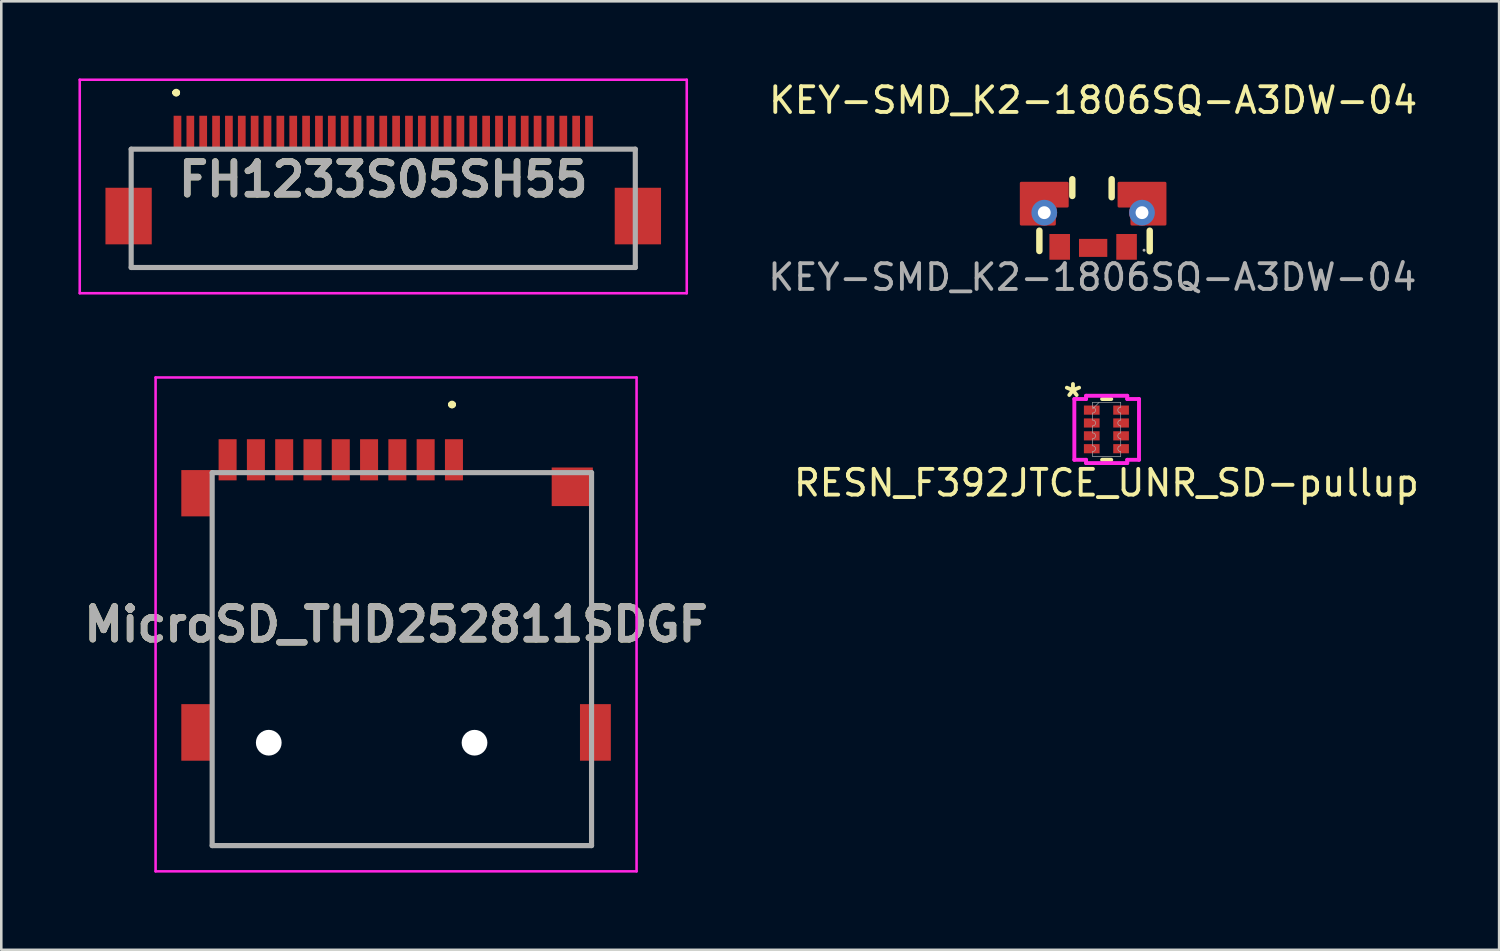
<source format=kicad_pcb>
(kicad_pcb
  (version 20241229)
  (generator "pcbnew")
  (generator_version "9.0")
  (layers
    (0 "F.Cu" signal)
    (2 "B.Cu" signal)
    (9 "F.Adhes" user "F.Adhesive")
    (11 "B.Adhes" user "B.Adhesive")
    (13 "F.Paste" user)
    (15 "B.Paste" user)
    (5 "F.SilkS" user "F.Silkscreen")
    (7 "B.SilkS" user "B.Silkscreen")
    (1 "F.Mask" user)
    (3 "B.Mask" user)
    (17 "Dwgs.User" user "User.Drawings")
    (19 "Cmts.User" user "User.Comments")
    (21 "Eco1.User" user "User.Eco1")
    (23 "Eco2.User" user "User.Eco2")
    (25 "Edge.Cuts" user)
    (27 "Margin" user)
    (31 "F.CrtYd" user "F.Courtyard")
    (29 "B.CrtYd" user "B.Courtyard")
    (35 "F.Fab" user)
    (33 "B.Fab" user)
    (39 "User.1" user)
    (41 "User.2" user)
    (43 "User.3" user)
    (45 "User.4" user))
  (footprint "KEY-SMD_K2-1806SQ-A3DW-04"
    (layer "F.Cu")
    (at 39.45 5.718)
    (property "Reference" "KEY-SMD_K2-1806SQ-A3DW-04" (at 0 -4.87 0) (layer "F.SilkS") (effects (font (size 1 1) (thickness 0.15))))
    (attr smd)
    (fp_line (start -2.09 0.99) (end -2.09 0.2) (stroke (width 0.25) (type solid)) (layer "F.SilkS"))
    (fp_line (start -0.81 -1.15) (end -0.81 -1.8) (stroke (width 0.25) (type solid)) (layer "F.SilkS"))
    (fp_line (start 0.72 -1.8) (end 0.72 -1.1) (stroke (width 0.25) (type solid)) (layer "F.SilkS"))
    (fp_line (start 2.2 1) (end 2.2 0.2) (stroke (width 0.25) (type solid)) (layer "F.SilkS"))
    (fp_circle (center -1.9 -0.5) (end -1.8 -0.5) (stroke (width 0.2) (type solid)) (fill no) (layer "F.Fab"))
    (fp_circle (center 1.9 -0.5) (end 2 -0.5) (stroke (width 0.2) (type solid)) (fill no) (layer "F.Fab"))
    (fp_circle (center 1.98 0.96) (end 2.01 0.96) (stroke (width 0.06) (type solid)) (fill no) (layer "F.Fab"))
    (fp_text user "${REFERENCE}" (at -0.03 2.01 0) (layer "F.Fab") (effects (font (size 1 1) (thickness 0.15))))
    (pad "1" smd rect (at 1.3 0.83 180) (size 0.8 1) (layers "F.Cu" "F.Mask" "F.Paste"))
    (pad "2" smd rect (at -1.3 0.83 180) (size 0.8 1) (layers "F.Cu" "F.Mask" "F.Paste"))
    (pad "3" smd rect (at 0 0.87 270) (size 0.7 1.1) (layers "F.Cu" "F.Mask" "F.Paste"))
    (pad "4" thru_hole circle (at -1.9 -0.5) (size 1 1) (drill 0.5) (layers "*.Cu" "*.Mask"))
    (pad "4" smd custom (at -1.9 -0.5) (size 1 1) (layers "F.Cu" "F.Mask" "F.Paste") (options (anchor circle)) (primitives (gr_poly (pts (xy -0.9 0.45) (xy -0.9 -1.15) (xy 0.9 -1.15) (xy 0.9 -0.25) (xy 0.4 -0.25) (xy 0.4 0.45)) (width 0.1) (fill yes))))
    (pad "5" thru_hole circle (at 1.9 -0.5) (size 1 1) (drill 0.5) (layers "*.Cu" "*.Mask"))
    (pad "5" smd custom (at 1.9 -0.5) (size 1 1) (layers "F.Cu" "F.Mask" "F.Paste") (options (anchor circle)) (primitives (gr_poly (pts (xy 0.9 0.45) (xy 0.9 -1.15) (xy -0.9 -1.15) (xy -0.9 -0.25) (xy -0.4 -0.25) (xy -0.4 0.45)) (width 0.1) (fill yes)))))
  (footprint "RESN_F392JTCE_UNR_SD-pullup"
    (layer "F.Cu")
    (at 39.976 13.645)
    (property "Reference" "RESN_F392JTCE_UNR_SD-pullup" (at -0.01 2.08 0) (unlocked yes) (layer "F.SilkS") (effects (font (size 1 1) (thickness 0.15))))
    (attr smd)
    (fp_line (start -0.178 -1.181) (end 0.178 -1.181) (stroke (width 0.152) (type solid)) (layer "F.SilkS"))
    (fp_line (start -0.178 1.181) (end 0.178 1.181) (stroke (width 0.152) (type solid)) (layer "F.SilkS"))
    (fp_line (start -1.257 -1.182) (end -0.8 -1.182) (stroke (width 0.152) (type solid)) (layer "F.CrtYd"))
    (fp_line (start -1.257 1.182) (end -1.257 -1.182) (stroke (width 0.152) (type solid)) (layer "F.CrtYd"))
    (fp_line (start -1.257 1.182) (end -0.8 1.182) (stroke (width 0.152) (type solid)) (layer "F.CrtYd"))
    (fp_line (start -0.8 -1.308) (end 0.8 -1.308) (stroke (width 0.152) (type solid)) (layer "F.CrtYd"))
    (fp_line (start -0.8 -1.182) (end -0.8 -1.308) (stroke (width 0.152) (type solid)) (layer "F.CrtYd"))
    (fp_line (start -0.8 1.308) (end -0.8 1.182) (stroke (width 0.152) (type solid)) (layer "F.CrtYd"))
    (fp_line (start 0.8 -1.308) (end 0.8 -1.182) (stroke (width 0.152) (type solid)) (layer "F.CrtYd"))
    (fp_line (start 0.8 1.182) (end 0.8 1.308) (stroke (width 0.152) (type solid)) (layer "F.CrtYd"))
    (fp_line (start 0.8 1.308) (end -0.8 1.308) (stroke (width 0.152) (type solid)) (layer "F.CrtYd"))
    (fp_line (start 1.257 -1.182) (end 0.8 -1.182) (stroke (width 0.152) (type solid)) (layer "F.CrtYd"))
    (fp_line (start 1.257 -1.182) (end 1.257 1.182) (stroke (width 0.152) (type solid)) (layer "F.CrtYd"))
    (fp_line (start 1.257 1.182) (end 0.8 1.182) (stroke (width 0.152) (type solid)) (layer "F.CrtYd"))
    (fp_line (start -0.546 -1.054) (end 0.546 -1.054) (stroke (width 0.025) (type solid)) (layer "F.Fab"))
    (fp_line (start -0.546 -0.864) (end -0.546 -1.054) (stroke (width 0.025) (type solid)) (layer "F.Fab"))
    (fp_line (start -0.546 -0.636) (end -0.546 -0.364) (stroke (width 0.025) (type solid)) (layer "F.Fab"))
    (fp_line (start -0.546 -0.136) (end -0.546 0.136) (stroke (width 0.025) (type solid)) (layer "F.Fab"))
    (fp_line (start -0.546 0.364) (end -0.546 0.636) (stroke (width 0.025) (type solid)) (layer "F.Fab"))
    (fp_line (start -0.546 0.864) (end -0.546 1.054) (stroke (width 0.025) (type solid)) (layer "F.Fab"))
    (fp_line (start -0.546 1.054) (end 0.546 1.054) (stroke (width 0.025) (type solid)) (layer "F.Fab"))
    (fp_line (start -0.292 -1.054) (end -0.546 -0.8) (stroke (width 0.025) (type solid)) (layer "F.Fab"))
    (fp_line (start 0.546 -0.864) (end 0.546 -1.054) (stroke (width 0.025) (type solid)) (layer "F.Fab"))
    (fp_line (start 0.546 -0.636) (end 0.546 -0.364) (stroke (width 0.025) (type solid)) (layer "F.Fab"))
    (fp_line (start 0.546 -0.136) (end 0.546 0.136) (stroke (width 0.025) (type solid)) (layer "F.Fab"))
    (fp_line (start 0.546 0.364) (end 0.546 0.636) (stroke (width 0.025) (type solid)) (layer "F.Fab"))
    (fp_line (start 0.546 0.864) (end 0.546 1.054) (stroke (width 0.025) (type solid)) (layer "F.Fab"))
    (fp_arc (start -0.5461 -0.864489) (mid -0.4318 -0.750189) (end -0.5461 -0.635889) (stroke (width 0.0254) (type solid)) (layer "F.Fab"))
    (fp_arc (start -0.5461 -0.364363) (mid -0.4318 -0.250063) (end -0.5461 -0.135763) (stroke (width 0.0254) (type solid)) (layer "F.Fab"))
    (fp_arc (start -0.5461 0.135763) (mid -0.4318 0.250063) (end -0.5461 0.364363) (stroke (width 0.0254) (type solid)) (layer "F.Fab"))
    (fp_arc (start -0.5461 0.635889) (mid -0.4318 0.750189) (end -0.5461 0.864489) (stroke (width 0.0254) (type solid)) (layer "F.Fab"))
    (fp_arc (start 0.5461 -0.635889) (mid 0.4318 -0.750189) (end 0.5461 -0.864489) (stroke (width 0.0254) (type solid)) (layer "F.Fab"))
    (fp_arc (start 0.5461 -0.135763) (mid 0.4318 -0.250063) (end 0.5461 -0.364363) (stroke (width 0.0254) (type solid)) (layer "F.Fab"))
    (fp_arc (start 0.5461 0.364363) (mid 0.4318 0.250063) (end 0.5461 0.135763) (stroke (width 0.0254) (type solid)) (layer "F.Fab"))
    (fp_arc (start 0.5461 0.864489) (mid 0.4318 0.750189) (end 0.5461 0.635889) (stroke (width 0.0254) (type solid)) (layer "F.Fab"))
    (fp_text user "*" (at -1.31 -1.22 0) (unlocked yes) (layer "F.SilkS") (effects (font (size 1 1) (thickness 0.15))))
    (pad "1" smd rect (at -0.58 -0.75) (size 0.61 0.356) (layers "F.Cu" "F.Mask" "F.Paste"))
    (pad "2" smd rect (at -0.58 -0.25) (size 0.61 0.356) (layers "F.Cu" "F.Mask" "F.Paste"))
    (pad "3" smd rect (at -0.58 0.25) (size 0.61 0.356) (layers "F.Cu" "F.Mask" "F.Paste"))
    (pad "4" smd rect (at -0.58 0.75) (size 0.61 0.356) (layers "F.Cu" "F.Mask" "F.Paste"))
    (pad "5" smd rect (at 0.56 0.75) (size 0.61 0.356) (layers "F.Cu" "F.Mask" "F.Paste"))
    (pad "6" smd rect (at 0.56 0.25) (size 0.61 0.356) (layers "F.Cu" "F.Mask" "F.Paste"))
    (pad "7" smd rect (at 0.56 -0.25) (size 0.61 0.356) (layers "F.Cu" "F.Mask" "F.Paste"))
    (pad "8" smd rect (at 0.56 -0.75) (size 0.61 0.356) (layers "F.Cu" "F.Mask" "F.Paste")))
  (footprint "FH1233S05SH55"
    (layer "F.Cu")
    (at 11.85 5.05)
    (property "Reference" "FH1233S05SH55" (at 0 -1.125 0) (layer "F.SilkS") (effects (font (size 1.27 1.27) (thickness 0.254))))
    (attr smd)
    (fp_line (start -9.8 -2.3) (end -9.8 -2.3) (stroke (width 0.1) (type solid)) (layer "F.SilkS"))
    (fp_line (start -9.8 -2.3) (end -9.8 -2.3) (stroke (width 0.1) (type solid)) (layer "F.SilkS"))
    (fp_line (start -9.8 -2.3) (end -9.8 -1.75) (stroke (width 0.1) (type solid)) (layer "F.SilkS"))
    (fp_line (start -9.8 -2.3) (end -9 -2.3) (stroke (width 0.1) (type solid)) (layer "F.SilkS"))
    (fp_line (start -9.8 -1.75) (end -9.8 -2.3) (stroke (width 0.1) (type solid)) (layer "F.SilkS"))
    (fp_line (start -9.8 -1.75) (end -9.8 -1.75) (stroke (width 0.1) (type solid)) (layer "F.SilkS"))
    (fp_line (start -9.8 2.3) (end -9.8 2.3) (stroke (width 0.1) (type solid)) (layer "F.SilkS"))
    (fp_line (start -9.8 2.3) (end 9.8 2.3) (stroke (width 0.1) (type solid)) (layer "F.SilkS"))
    (fp_line (start -9 -2.3) (end -9.8 -2.3) (stroke (width 0.1) (type solid)) (layer "F.SilkS"))
    (fp_line (start -9 -2.3) (end -9 -2.3) (stroke (width 0.1) (type solid)) (layer "F.SilkS"))
    (fp_line (start -8.1 -4.5) (end -8.1 -4.5) (stroke (width 0.2) (type solid)) (layer "F.SilkS"))
    (fp_line (start -8.1 -4.5) (end -8.1 -4.5) (stroke (width 0.2) (type solid)) (layer "F.SilkS"))
    (fp_line (start -8 -4.5) (end -8 -4.5) (stroke (width 0.2) (type solid)) (layer "F.SilkS"))
    (fp_line (start 9 -2.3) (end 9 -2.3) (stroke (width 0.1) (type solid)) (layer "F.SilkS"))
    (fp_line (start 9 -2.3) (end 9.8 -2.3) (stroke (width 0.1) (type solid)) (layer "F.SilkS"))
    (fp_line (start 9.8 -2.3) (end 9 -2.3) (stroke (width 0.1) (type solid)) (layer "F.SilkS"))
    (fp_line (start 9.8 -2.3) (end 9.8 -2.3) (stroke (width 0.1) (type solid)) (layer "F.SilkS"))
    (fp_line (start 9.8 -2.3) (end 9.8 -2.3) (stroke (width 0.1) (type solid)) (layer "F.SilkS"))
    (fp_line (start 9.8 -2.3) (end 9.8 -1.5) (stroke (width 0.1) (type solid)) (layer "F.SilkS"))
    (fp_line (start 9.8 -1.5) (end 9.8 -2.3) (stroke (width 0.1) (type solid)) (layer "F.SilkS"))
    (fp_line (start 9.8 -1.5) (end 9.8 -1.5) (stroke (width 0.1) (type solid)) (layer "F.SilkS"))
    (fp_line (start 9.8 2.3) (end -9.8 2.3) (stroke (width 0.1) (type solid)) (layer "F.SilkS"))
    (fp_line (start 9.8 2.3) (end 9.8 2.3) (stroke (width 0.1) (type solid)) (layer "F.SilkS"))
    (fp_arc (start -8.1 -4.5) (mid -8.05 -4.55) (end -8 -4.5) (stroke (width 0.2) (type solid)) (layer "F.SilkS"))
    (fp_arc (start -8 -4.5) (mid -8.05 -4.45) (end -8.1 -4.5) (stroke (width 0.2) (type solid)) (layer "F.SilkS"))
    (fp_arc (start -8 -4.5) (mid -8.05 -4.45) (end -8.1 -4.5) (stroke (width 0.2) (type solid)) (layer "F.SilkS"))
    (fp_line (start -11.8 -5) (end 11.8 -5) (stroke (width 0.1) (type solid)) (layer "F.CrtYd"))
    (fp_line (start -11.8 3.3) (end -11.8 -5) (stroke (width 0.1) (type solid)) (layer "F.CrtYd"))
    (fp_line (start 11.8 -5) (end 11.8 3.3) (stroke (width 0.1) (type solid)) (layer "F.CrtYd"))
    (fp_line (start 11.8 3.3) (end -11.8 3.3) (stroke (width 0.1) (type solid)) (layer "F.CrtYd"))
    (fp_line (start -9.8 -2.3) (end -9.8 2.3) (stroke (width 0.2) (type solid)) (layer "F.Fab"))
    (fp_line (start -9.8 2.3) (end 9.8 2.3) (stroke (width 0.2) (type solid)) (layer "F.Fab"))
    (fp_line (start 9.8 -2.3) (end -9.8 -2.3) (stroke (width 0.2) (type solid)) (layer "F.Fab"))
    (fp_line (start 9.8 2.3) (end 9.8 -2.3) (stroke (width 0.2) (type solid)) (layer "F.Fab"))
    (fp_text user "${REFERENCE}" (at 0 -1.125 0) (layer "F.Fab") (effects (font (size 1.27 1.27) (thickness 0.254))))
    (pad "1" smd rect (at -8 -2.95) (size 0.3 1.3) (layers "F.Cu" "F.Mask" "F.Paste"))
    (pad "2" smd rect (at -7.5 -2.95) (size 0.3 1.3) (layers "F.Cu" "F.Mask" "F.Paste"))
    (pad "3" smd rect (at -7 -2.95) (size 0.3 1.3) (layers "F.Cu" "F.Mask" "F.Paste"))
    (pad "4" smd rect (at -6.5 -2.95) (size 0.3 1.3) (layers "F.Cu" "F.Mask" "F.Paste"))
    (pad "5" smd rect (at -6 -2.95) (size 0.3 1.3) (layers "F.Cu" "F.Mask" "F.Paste"))
    (pad "6" smd rect (at -5.5 -2.95) (size 0.3 1.3) (layers "F.Cu" "F.Mask" "F.Paste"))
    (pad "7" smd rect (at -5 -2.95) (size 0.3 1.3) (layers "F.Cu" "F.Mask" "F.Paste"))
    (pad "8" smd rect (at -4.5 -2.95) (size 0.3 1.3) (layers "F.Cu" "F.Mask" "F.Paste"))
    (pad "9" smd rect (at -4 -2.95) (size 0.3 1.3) (layers "F.Cu" "F.Mask" "F.Paste"))
    (pad "10" smd rect (at -3.5 -2.95) (size 0.3 1.3) (layers "F.Cu" "F.Mask" "F.Paste"))
    (pad "11" smd rect (at -3 -2.95) (size 0.3 1.3) (layers "F.Cu" "F.Mask" "F.Paste"))
    (pad "12" smd rect (at -2.5 -2.95) (size 0.3 1.3) (layers "F.Cu" "F.Mask" "F.Paste"))
    (pad "13" smd rect (at -2 -2.95) (size 0.3 1.3) (layers "F.Cu" "F.Mask" "F.Paste"))
    (pad "14" smd rect (at -1.5 -2.95) (size 0.3 1.3) (layers "F.Cu" "F.Mask" "F.Paste"))
    (pad "15" smd rect (at -1 -2.95) (size 0.3 1.3) (layers "F.Cu" "F.Mask" "F.Paste"))
    (pad "16" smd rect (at -0.5 -2.95) (size 0.3 1.3) (layers "F.Cu" "F.Mask" "F.Paste"))
    (pad "17" smd rect (at 0 -2.95) (size 0.3 1.3) (layers "F.Cu" "F.Mask" "F.Paste"))
    (pad "18" smd rect (at 0.5 -2.95) (size 0.3 1.3) (layers "F.Cu" "F.Mask" "F.Paste"))
    (pad "19" smd rect (at 1 -2.95) (size 0.3 1.3) (layers "F.Cu" "F.Mask" "F.Paste"))
    (pad "20" smd rect (at 1.5 -2.95) (size 0.3 1.3) (layers "F.Cu" "F.Mask" "F.Paste"))
    (pad "21" smd rect (at 2 -2.95) (size 0.3 1.3) (layers "F.Cu" "F.Mask" "F.Paste"))
    (pad "22" smd rect (at 2.5 -2.95) (size 0.3 1.3) (layers "F.Cu" "F.Mask" "F.Paste"))
    (pad "23" smd rect (at 3 -2.95) (size 0.3 1.3) (layers "F.Cu" "F.Mask" "F.Paste"))
    (pad "24" smd rect (at 3.5 -2.95) (size 0.3 1.3) (layers "F.Cu" "F.Mask" "F.Paste"))
    (pad "25" smd rect (at 4 -2.95) (size 0.3 1.3) (layers "F.Cu" "F.Mask" "F.Paste"))
    (pad "26" smd rect (at 4.5 -2.95) (size 0.3 1.3) (layers "F.Cu" "F.Mask" "F.Paste"))
    (pad "27" smd rect (at 5 -2.95) (size 0.3 1.3) (layers "F.Cu" "F.Mask" "F.Paste"))
    (pad "28" smd rect (at 5.5 -2.95) (size 0.3 1.3) (layers "F.Cu" "F.Mask" "F.Paste"))
    (pad "29" smd rect (at 6 -2.95) (size 0.3 1.3) (layers "F.Cu" "F.Mask" "F.Paste"))
    (pad "30" smd rect (at 6.5 -2.95) (size 0.3 1.3) (layers "F.Cu" "F.Mask" "F.Paste"))
    (pad "31" smd rect (at 7 -2.95) (size 0.3 1.3) (layers "F.Cu" "F.Mask" "F.Paste"))
    (pad "32" smd rect (at 7.5 -2.95) (size 0.3 1.3) (layers "F.Cu" "F.Mask" "F.Paste"))
    (pad "33" smd rect (at 8 -2.95) (size 0.3 1.3) (layers "F.Cu" "F.Mask" "F.Paste"))
    (pad "MP1" smd rect (at -9.9 0.3) (size 1.8 2.2) (layers "F.Cu" "F.Mask" "F.Paste"))
    (pad "MP2" smd rect (at 9.9 0.3) (size 1.8 2.2) (layers "F.Cu" "F.Mask" "F.Paste")))
  (footprint "MicroSD_THD252811SDGF"
    (layer "F.Cu")
    (at 12.574 22.576)
    (property "Reference" "MicroSD_THD252811SDGF" (at -0.225 -1.35 0) (layer "F.SilkS") (effects (font (size 1.27 1.27) (thickness 0.254))))
    (attr smd)
    (fp_line (start -7.375 -4.5) (end -7.375 -4.5) (stroke (width 0.1) (type solid)) (layer "F.SilkS"))
    (fp_line (start -7.375 -4.5) (end -7.375 0.75) (stroke (width 0.1) (type solid)) (layer "F.SilkS"))
    (fp_line (start -7.375 0.75) (end -7.375 -4.5) (stroke (width 0.1) (type solid)) (layer "F.SilkS"))
    (fp_line (start -7.375 0.75) (end -7.375 0.75) (stroke (width 0.1) (type solid)) (layer "F.SilkS"))
    (fp_line (start -7.375 4.75) (end -7.375 4.75) (stroke (width 0.1) (type solid)) (layer "F.SilkS"))
    (fp_line (start -7.375 4.75) (end -7.375 7.25) (stroke (width 0.1) (type solid)) (layer "F.SilkS"))
    (fp_line (start -7.375 7.25) (end -7.375 4.75) (stroke (width 0.1) (type solid)) (layer "F.SilkS"))
    (fp_line (start -7.375 7.25) (end -7.375 7.25) (stroke (width 0.1) (type solid)) (layer "F.SilkS"))
    (fp_line (start -7.375 7.25) (end -7.375 7.25) (stroke (width 0.1) (type solid)) (layer "F.SilkS"))
    (fp_line (start -7.375 7.25) (end 7.375 7.25) (stroke (width 0.1) (type solid)) (layer "F.SilkS"))
    (fp_line (start 1.9 -9.9) (end 1.9 -9.9) (stroke (width 0.2) (type solid)) (layer "F.SilkS"))
    (fp_line (start 1.9 -9.9) (end 1.9 -9.9) (stroke (width 0.2) (type solid)) (layer "F.SilkS"))
    (fp_line (start 2 -9.9) (end 2 -9.9) (stroke (width 0.2) (type solid)) (layer "F.SilkS"))
    (fp_line (start 3.25 -7.25) (end 3.25 -7.25) (stroke (width 0.1) (type solid)) (layer "F.SilkS"))
    (fp_line (start 3.25 -7.25) (end 5 -7.25) (stroke (width 0.1) (type solid)) (layer "F.SilkS"))
    (fp_line (start 5 -7.25) (end 3.25 -7.25) (stroke (width 0.1) (type solid)) (layer "F.SilkS"))
    (fp_line (start 5 -7.25) (end 5 -7.25) (stroke (width 0.1) (type solid)) (layer "F.SilkS"))
    (fp_line (start 7.375 -4.75) (end 7.375 -4.75) (stroke (width 0.1) (type solid)) (layer "F.SilkS"))
    (fp_line (start 7.375 -4.75) (end 7.375 0.75) (stroke (width 0.1) (type solid)) (layer "F.SilkS"))
    (fp_line (start 7.375 0.75) (end 7.375 -4.75) (stroke (width 0.1) (type solid)) (layer "F.SilkS"))
    (fp_line (start 7.375 0.75) (end 7.375 0.75) (stroke (width 0.1) (type solid)) (layer "F.SilkS"))
    (fp_line (start 7.375 5) (end 7.375 5) (stroke (width 0.1) (type solid)) (layer "F.SilkS"))
    (fp_line (start 7.375 5) (end 7.375 7.25) (stroke (width 0.1) (type solid)) (layer "F.SilkS"))
    (fp_line (start 7.375 7.25) (end -7.375 7.25) (stroke (width 0.1) (type solid)) (layer "F.SilkS"))
    (fp_line (start 7.375 7.25) (end 7.375 5) (stroke (width 0.1) (type solid)) (layer "F.SilkS"))
    (fp_line (start 7.375 7.25) (end 7.375 7.25) (stroke (width 0.1) (type solid)) (layer "F.SilkS"))
    (fp_line (start 7.375 7.25) (end 7.375 7.25) (stroke (width 0.1) (type solid)) (layer "F.SilkS"))
    (fp_arc (start 1.9 -9.9) (mid 1.95 -9.95) (end 2 -9.9) (stroke (width 0.2) (type solid)) (layer "F.SilkS"))
    (fp_arc (start 2 -9.9) (mid 1.95 -9.85) (end 1.9 -9.9) (stroke (width 0.2) (type solid)) (layer "F.SilkS"))
    (fp_arc (start 2 -9.9) (mid 1.95 -9.85) (end 1.9 -9.9) (stroke (width 0.2) (type solid)) (layer "F.SilkS"))
    (fp_line (start -9.575 -10.95) (end 9.125 -10.95) (stroke (width 0.1) (type solid)) (layer "F.CrtYd"))
    (fp_line (start -9.575 8.25) (end -9.575 -10.95) (stroke (width 0.1) (type solid)) (layer "F.CrtYd"))
    (fp_line (start 9.125 -10.95) (end 9.125 8.25) (stroke (width 0.1) (type solid)) (layer "F.CrtYd"))
    (fp_line (start 9.125 8.25) (end -9.575 8.25) (stroke (width 0.1) (type solid)) (layer "F.CrtYd"))
    (fp_line (start -7.375 -7.25) (end -7.375 7.25) (stroke (width 0.2) (type solid)) (layer "F.Fab"))
    (fp_line (start -7.375 7.25) (end 7.375 7.25) (stroke (width 0.2) (type solid)) (layer "F.Fab"))
    (fp_line (start 7.375 -7.25) (end -7.375 -7.25) (stroke (width 0.2) (type solid)) (layer "F.Fab"))
    (fp_line (start 7.375 7.25) (end 7.375 -7.25) (stroke (width 0.2) (type solid)) (layer "F.Fab"))
    (fp_text user "${REFERENCE}" (at -0.225 -1.35 0) (layer "F.Fab") (effects (font (size 1.27 1.27) (thickness 0.254))))
    (pad "" np_thru_hole circle (at -5.175 3.25) (size 1 1) (drill 1) (layers "*.Cu" "*.Mask"))
    (pad "" np_thru_hole circle (at 2.825 3.25) (size 1 1) (drill 1) (layers "*.Cu" "*.Mask"))
    (pad "1" smd rect (at 2.025 -7.75) (size 0.7 1.6) (layers "F.Cu" "F.Mask" "F.Paste"))
    (pad "2" smd rect (at 0.925 -7.75) (size 0.7 1.6) (layers "F.Cu" "F.Mask" "F.Paste"))
    (pad "3" smd rect (at -0.175 -7.75) (size 0.7 1.6) (layers "F.Cu" "F.Mask" "F.Paste"))
    (pad "4" smd rect (at -1.275 -7.75) (size 0.7 1.6) (layers "F.Cu" "F.Mask" "F.Paste"))
    (pad "5" smd rect (at -2.375 -7.75) (size 0.7 1.6) (layers "F.Cu" "F.Mask" "F.Paste"))
    (pad "6" smd rect (at -3.475 -7.75) (size 0.7 1.6) (layers "F.Cu" "F.Mask" "F.Paste"))
    (pad "7" smd rect (at -4.575 -7.75) (size 0.7 1.6) (layers "F.Cu" "F.Mask" "F.Paste"))
    (pad "8" smd rect (at -5.675 -7.75) (size 0.7 1.6) (layers "F.Cu" "F.Mask" "F.Paste"))
    (pad "9" smd rect (at -6.775 -7.75) (size 0.7 1.6) (layers "F.Cu" "F.Mask" "F.Paste"))
    (pad "MP1" smd rect (at 6.625 -6.7 90) (size 1.5 1.6) (layers "F.Cu" "F.Mask" "F.Paste"))
    (pad "MP2" smd rect (at 7.525 2.85) (size 1.2 2.2) (layers "F.Cu" "F.Mask" "F.Paste"))
    (pad "MP3" smd rect (at -7.975 2.85) (size 1.2 2.2) (layers "F.Cu" "F.Mask" "F.Paste"))
    (pad "MP4" smd rect (at -7.975 -6.45) (size 1.2 1.8) (layers "F.Cu" "F.Mask" "F.Paste")))
  (gr_rect
    (start -3 -3)
    (end 55.234 33.877)
    (stroke (width 0.1) (type default))
    (fill no)
    (layer "Edge.Cuts")))
</source>
